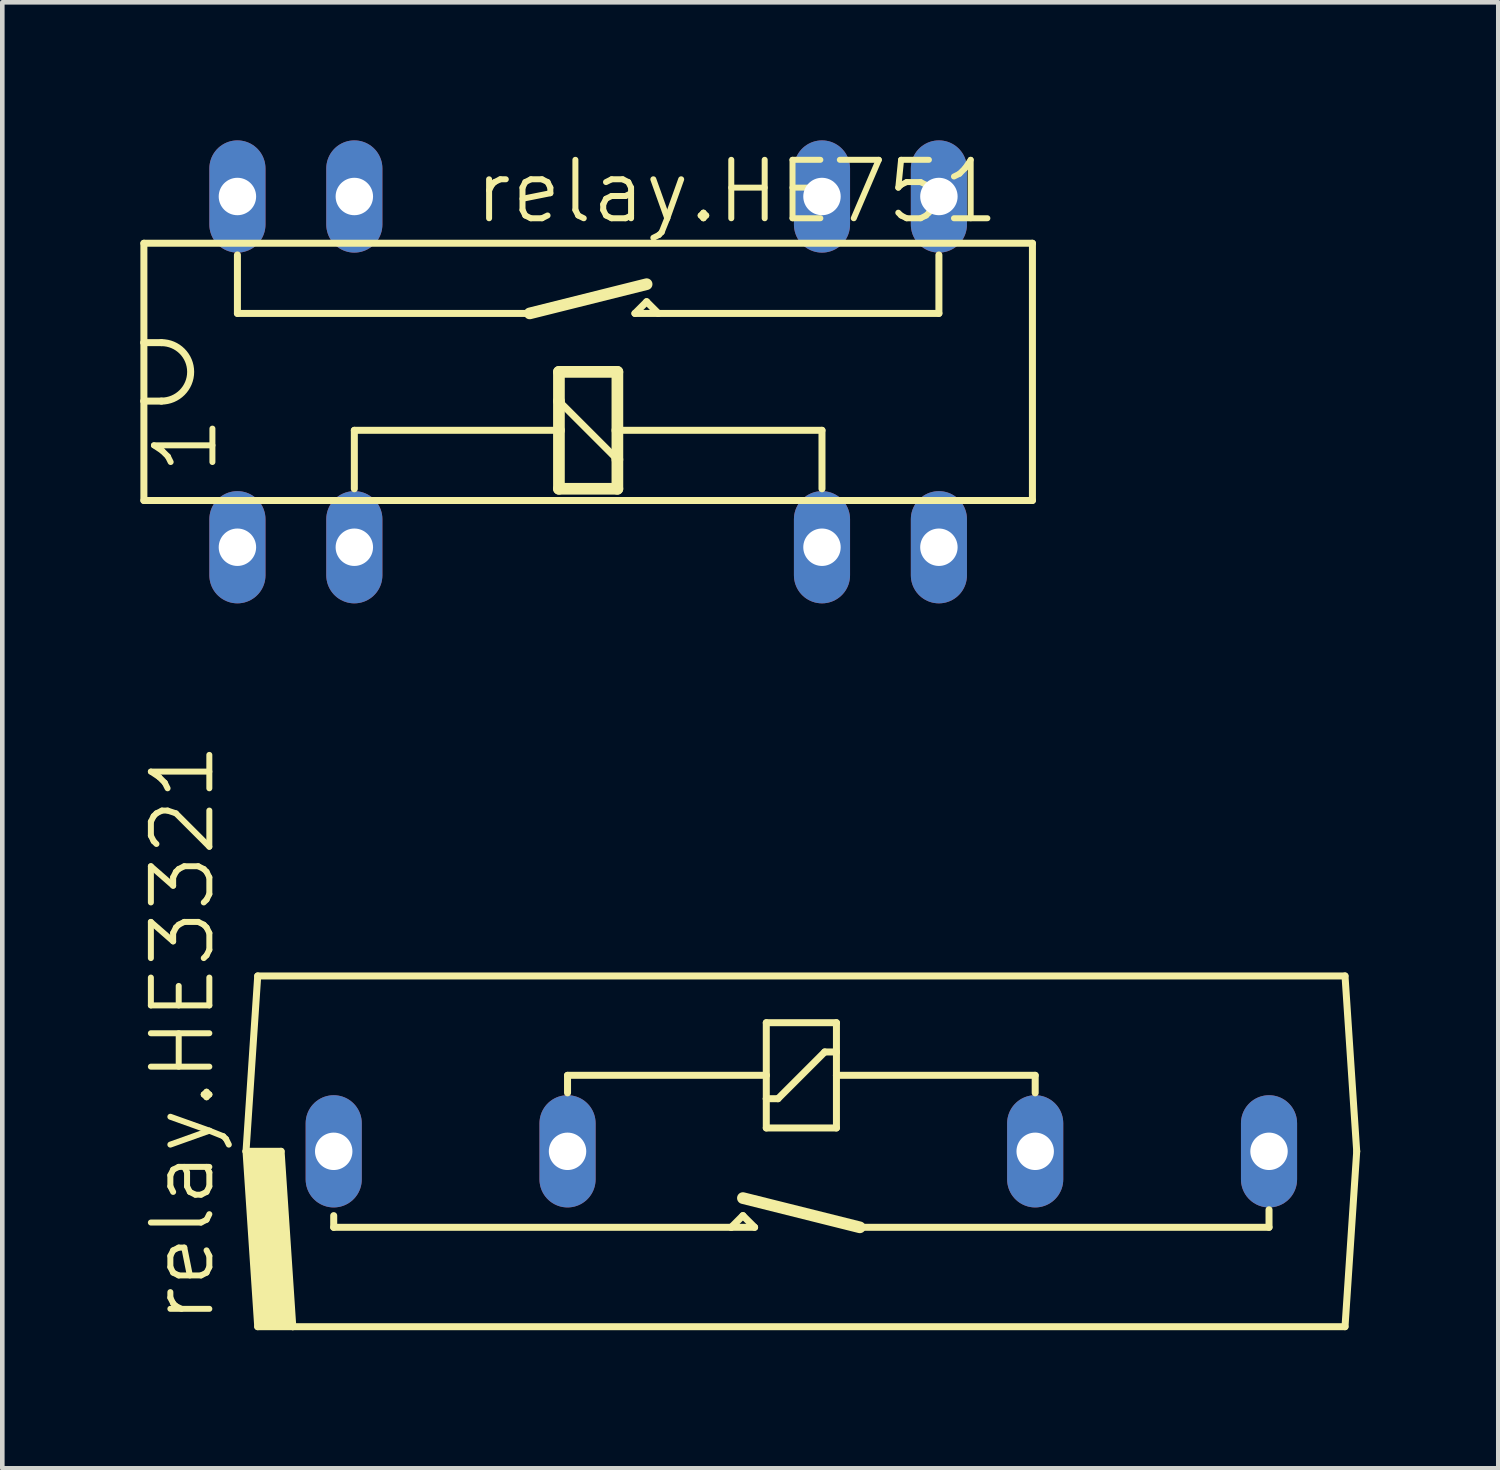
<source format=kicad_pcb>
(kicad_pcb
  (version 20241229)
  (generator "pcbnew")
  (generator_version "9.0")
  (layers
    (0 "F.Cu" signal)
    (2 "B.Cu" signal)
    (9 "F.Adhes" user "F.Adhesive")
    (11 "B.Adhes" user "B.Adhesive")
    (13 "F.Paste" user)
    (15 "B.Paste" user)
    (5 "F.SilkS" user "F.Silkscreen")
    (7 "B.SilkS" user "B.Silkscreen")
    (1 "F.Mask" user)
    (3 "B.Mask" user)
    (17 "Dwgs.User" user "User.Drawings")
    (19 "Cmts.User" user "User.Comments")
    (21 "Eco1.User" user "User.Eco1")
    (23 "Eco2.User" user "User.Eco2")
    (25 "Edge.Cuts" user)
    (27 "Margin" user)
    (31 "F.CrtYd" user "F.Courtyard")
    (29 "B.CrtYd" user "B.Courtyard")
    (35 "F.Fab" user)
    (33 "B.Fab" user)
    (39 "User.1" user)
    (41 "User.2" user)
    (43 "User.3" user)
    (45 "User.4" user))
  (footprint "relay.HE3321"
    (layer "F.Cu")
    (at 14.36 21.963)
    (property "Reference" "relay.HE3321" (at -12.7 3.81 90) (layer "F.SilkS") (effects (font (size 1.27 1.27) (thickness 0.13)) (justify left bottom)))
    (attr through_hole)
    (fp_line (start -12.065 0) (end -11.811 -3.81) (stroke (width 0.152) (type default)) (layer "F.SilkS"))
    (fp_line (start -12.065 0) (end -11.303 0) (stroke (width 0.152) (type default)) (layer "F.SilkS"))
    (fp_line (start -11.811 -3.81) (end 11.811 -3.81) (stroke (width 0.152) (type default)) (layer "F.SilkS"))
    (fp_line (start -11.811 3.81) (end -12.065 0) (stroke (width 0.152) (type default)) (layer "F.SilkS"))
    (fp_line (start -11.684 0.381) (end -11.43 3.429) (stroke (width 0.813) (type default)) (layer "F.SilkS"))
    (fp_line (start -11.43 0.127) (end -11.938 0.127) (stroke (width 0.254) (type default)) (layer "F.SilkS"))
    (fp_line (start -11.303 0) (end -11.049 3.81) (stroke (width 0.152) (type default)) (layer "F.SilkS"))
    (fp_line (start -11.176 3.683) (end -11.684 3.683) (stroke (width 0.254) (type default)) (layer "F.SilkS"))
    (fp_line (start -11.049 3.81) (end -11.811 3.81) (stroke (width 0.152) (type default)) (layer "F.SilkS"))
    (fp_line (start -10.16 1.651) (end -10.16 1.397) (stroke (width 0.152) (type default)) (layer "F.SilkS"))
    (fp_line (start -5.08 -1.651) (end -5.08 -1.27) (stroke (width 0.152) (type default)) (layer "F.SilkS"))
    (fp_line (start -1.524 1.651) (end -10.16 1.651) (stroke (width 0.152) (type default)) (layer "F.SilkS"))
    (fp_line (start -1.27 1.397) (end -1.524 1.651) (stroke (width 0.152) (type default)) (layer "F.SilkS"))
    (fp_line (start -1.016 1.651) (end -1.524 1.651) (stroke (width 0.152) (type default)) (layer "F.SilkS"))
    (fp_line (start -1.016 1.651) (end -1.27 1.397) (stroke (width 0.152) (type default)) (layer "F.SilkS"))
    (fp_line (start -0.762 -2.794) (end 0.762 -2.794) (stroke (width 0.152) (type default)) (layer "F.SilkS"))
    (fp_line (start -0.762 -1.651) (end -5.08 -1.651) (stroke (width 0.152) (type default)) (layer "F.SilkS"))
    (fp_line (start -0.762 -1.651) (end -0.762 -2.794) (stroke (width 0.152) (type default)) (layer "F.SilkS"))
    (fp_line (start -0.762 -1.143) (end -0.762 -1.651) (stroke (width 0.152) (type default)) (layer "F.SilkS"))
    (fp_line (start -0.762 -0.508) (end -0.762 -1.143) (stroke (width 0.152) (type default)) (layer "F.SilkS"))
    (fp_line (start -0.508 -1.143) (end -0.762 -1.143) (stroke (width 0.152) (type default)) (layer "F.SilkS"))
    (fp_line (start 0.508 -2.159) (end -0.508 -1.143) (stroke (width 0.152) (type default)) (layer "F.SilkS"))
    (fp_line (start 0.762 -2.794) (end 0.762 -2.159) (stroke (width 0.152) (type default)) (layer "F.SilkS"))
    (fp_line (start 0.762 -2.159) (end 0.508 -2.159) (stroke (width 0.152) (type default)) (layer "F.SilkS"))
    (fp_line (start 0.762 -2.159) (end 0.762 -1.651) (stroke (width 0.152) (type default)) (layer "F.SilkS"))
    (fp_line (start 0.762 -1.651) (end 0.762 -0.508) (stroke (width 0.152) (type default)) (layer "F.SilkS"))
    (fp_line (start 0.762 -1.651) (end 5.08 -1.651) (stroke (width 0.152) (type default)) (layer "F.SilkS"))
    (fp_line (start 0.762 -0.508) (end -0.762 -0.508) (stroke (width 0.152) (type default)) (layer "F.SilkS"))
    (fp_line (start 1.27 1.651) (end -1.27 1.016) (stroke (width 0.254) (type default)) (layer "F.SilkS"))
    (fp_line (start 5.08 -1.651) (end 5.08 -1.27) (stroke (width 0.152) (type default)) (layer "F.SilkS"))
    (fp_line (start 10.16 1.27) (end 10.16 1.651) (stroke (width 0.152) (type default)) (layer "F.SilkS"))
    (fp_line (start 10.16 1.651) (end 1.27 1.651) (stroke (width 0.152) (type default)) (layer "F.SilkS"))
    (fp_line (start 11.811 -3.81) (end 12.065 0) (stroke (width 0.152) (type default)) (layer "F.SilkS"))
    (fp_line (start 11.811 3.81) (end -11.049 3.81) (stroke (width 0.152) (type default)) (layer "F.SilkS"))
    (fp_line (start 12.065 0) (end 11.811 3.81) (stroke (width 0.152) (type default)) (layer "F.SilkS"))
    (pad "1" thru_hole oval (at -10.16 0 90) (size 2.438 1.219) (drill 0.813) (layers "*.Cu" "*.Mask"))
    (pad "2" thru_hole oval (at -5.08 0 90) (size 2.438 1.219) (drill 0.813) (layers "*.Cu" "*.Mask"))
    (pad "3" thru_hole oval (at 5.08 0 90) (size 2.438 1.219) (drill 0.813) (layers "*.Cu" "*.Mask"))
    (pad "4" thru_hole oval (at 10.16 0 90) (size 2.438 1.219) (drill 0.813) (layers "*.Cu" "*.Mask")))
  (footprint "relay.HE751"
    (layer "F.Cu")
    (at 9.728 5.029)
    (property "Reference" "relay.HE751" (at -2.54 -3.175 0) (layer "F.SilkS") (effects (font (size 1.27 1.27) (thickness 0.13)) (justify left bottom)))
    (attr through_hole)
    (fp_line (start -9.652 -0.635) (end -9.652 -2.794) (stroke (width 0.152) (type default)) (layer "F.SilkS"))
    (fp_line (start -9.652 0.635) (end -9.652 -0.635) (stroke (width 0.152) (type default)) (layer "F.SilkS"))
    (fp_line (start -9.652 0.635) (end -9.652 2.794) (stroke (width 0.152) (type default)) (layer "F.SilkS"))
    (fp_line (start -9.271 -0.635) (end -9.652 -0.635) (stroke (width 0.152) (type default)) (layer "F.SilkS"))
    (fp_line (start -9.271 0.635) (end -9.652 0.635) (stroke (width 0.152) (type default)) (layer "F.SilkS"))
    (fp_line (start -7.62 -2.54) (end -7.62 -1.27) (stroke (width 0.152) (type default)) (layer "F.SilkS"))
    (fp_line (start -7.62 -1.27) (end -1.27 -1.27) (stroke (width 0.152) (type default)) (layer "F.SilkS"))
    (fp_line (start -5.08 1.27) (end -0.635 1.27) (stroke (width 0.152) (type default)) (layer "F.SilkS"))
    (fp_line (start -5.08 2.54) (end -5.08 1.27) (stroke (width 0.152) (type default)) (layer "F.SilkS"))
    (fp_line (start -1.27 -1.27) (end 1.27 -1.905) (stroke (width 0.254) (type default)) (layer "F.SilkS"))
    (fp_line (start -0.635 0) (end 0.635 0) (stroke (width 0.254) (type default)) (layer "F.SilkS"))
    (fp_line (start -0.635 0.635) (end -0.635 0) (stroke (width 0.254) (type default)) (layer "F.SilkS"))
    (fp_line (start -0.635 0.635) (end 0.635 1.905) (stroke (width 0.152) (type default)) (layer "F.SilkS"))
    (fp_line (start -0.635 1.27) (end -0.635 0.635) (stroke (width 0.254) (type default)) (layer "F.SilkS"))
    (fp_line (start -0.635 2.54) (end -0.635 1.27) (stroke (width 0.254) (type default)) (layer "F.SilkS"))
    (fp_line (start 0.635 0) (end 0.635 1.27) (stroke (width 0.254) (type default)) (layer "F.SilkS"))
    (fp_line (start 0.635 1.27) (end 0.635 1.905) (stroke (width 0.254) (type default)) (layer "F.SilkS"))
    (fp_line (start 0.635 1.27) (end 5.08 1.27) (stroke (width 0.152) (type default)) (layer "F.SilkS"))
    (fp_line (start 0.635 1.905) (end 0.635 2.54) (stroke (width 0.254) (type default)) (layer "F.SilkS"))
    (fp_line (start 0.635 2.54) (end -0.635 2.54) (stroke (width 0.254) (type default)) (layer "F.SilkS"))
    (fp_line (start 1.016 -1.27) (end 1.27 -1.524) (stroke (width 0.152) (type default)) (layer "F.SilkS"))
    (fp_line (start 1.016 -1.27) (end 1.524 -1.27) (stroke (width 0.152) (type default)) (layer "F.SilkS"))
    (fp_line (start 1.27 -1.524) (end 1.524 -1.27) (stroke (width 0.152) (type default)) (layer "F.SilkS"))
    (fp_line (start 1.524 -1.27) (end 7.62 -1.27) (stroke (width 0.152) (type default)) (layer "F.SilkS"))
    (fp_line (start 5.08 2.54) (end 5.08 1.27) (stroke (width 0.152) (type default)) (layer "F.SilkS"))
    (fp_line (start 7.62 -2.54) (end 7.62 -1.27) (stroke (width 0.152) (type default)) (layer "F.SilkS"))
    (fp_line (start 9.652 -2.794) (end -9.652 -2.794) (stroke (width 0.152) (type default)) (layer "F.SilkS"))
    (fp_line (start 9.652 2.794) (end -9.652 2.794) (stroke (width 0.152) (type default)) (layer "F.SilkS"))
    (fp_line (start 9.652 2.794) (end 9.652 -2.794) (stroke (width 0.152) (type default)) (layer "F.SilkS"))
    (fp_arc (start -9.271 -0.635) (mid -8.636 0) (end -9.271 0.635) (stroke (width 0.1524) (type default)) (layer "F.SilkS"))
    (fp_text user "1" (at -8.001 2.286 90) (layer "F.SilkS") (effects (font (size 1.27 1.27) (thickness 0.13)) (justify left bottom)))
    (pad "1" thru_hole oval (at -7.62 3.81 90) (size 2.438 1.219) (drill 0.813) (layers "*.Cu" "*.Mask"))
    (pad "2" thru_hole oval (at -5.08 3.81 90) (size 2.438 1.219) (drill 0.813) (layers "*.Cu" "*.Mask"))
    (pad "6" thru_hole oval (at 5.08 3.81 90) (size 2.438 1.219) (drill 0.813) (layers "*.Cu" "*.Mask"))
    (pad "7" thru_hole oval (at 7.62 3.81 90) (size 2.438 1.219) (drill 0.813) (layers "*.Cu" "*.Mask"))
    (pad "8" thru_hole oval (at 7.62 -3.81 90) (size 2.438 1.219) (drill 0.813) (layers "*.Cu" "*.Mask"))
    (pad "9" thru_hole oval (at 5.08 -3.81 90) (size 2.438 1.219) (drill 0.813) (layers "*.Cu" "*.Mask"))
    (pad "13" thru_hole oval (at -5.08 -3.81 90) (size 2.438 1.219) (drill 0.813) (layers "*.Cu" "*.Mask"))
    (pad "14" thru_hole oval (at -7.62 -3.81 90) (size 2.438 1.219) (drill 0.813) (layers "*.Cu" "*.Mask")))
  (gr_rect
    (start -3 -3)
    (end 29.501 28.85)
    (stroke (width 0.1) (type default))
    (fill no)
    (layer "Edge.Cuts")))
</source>
